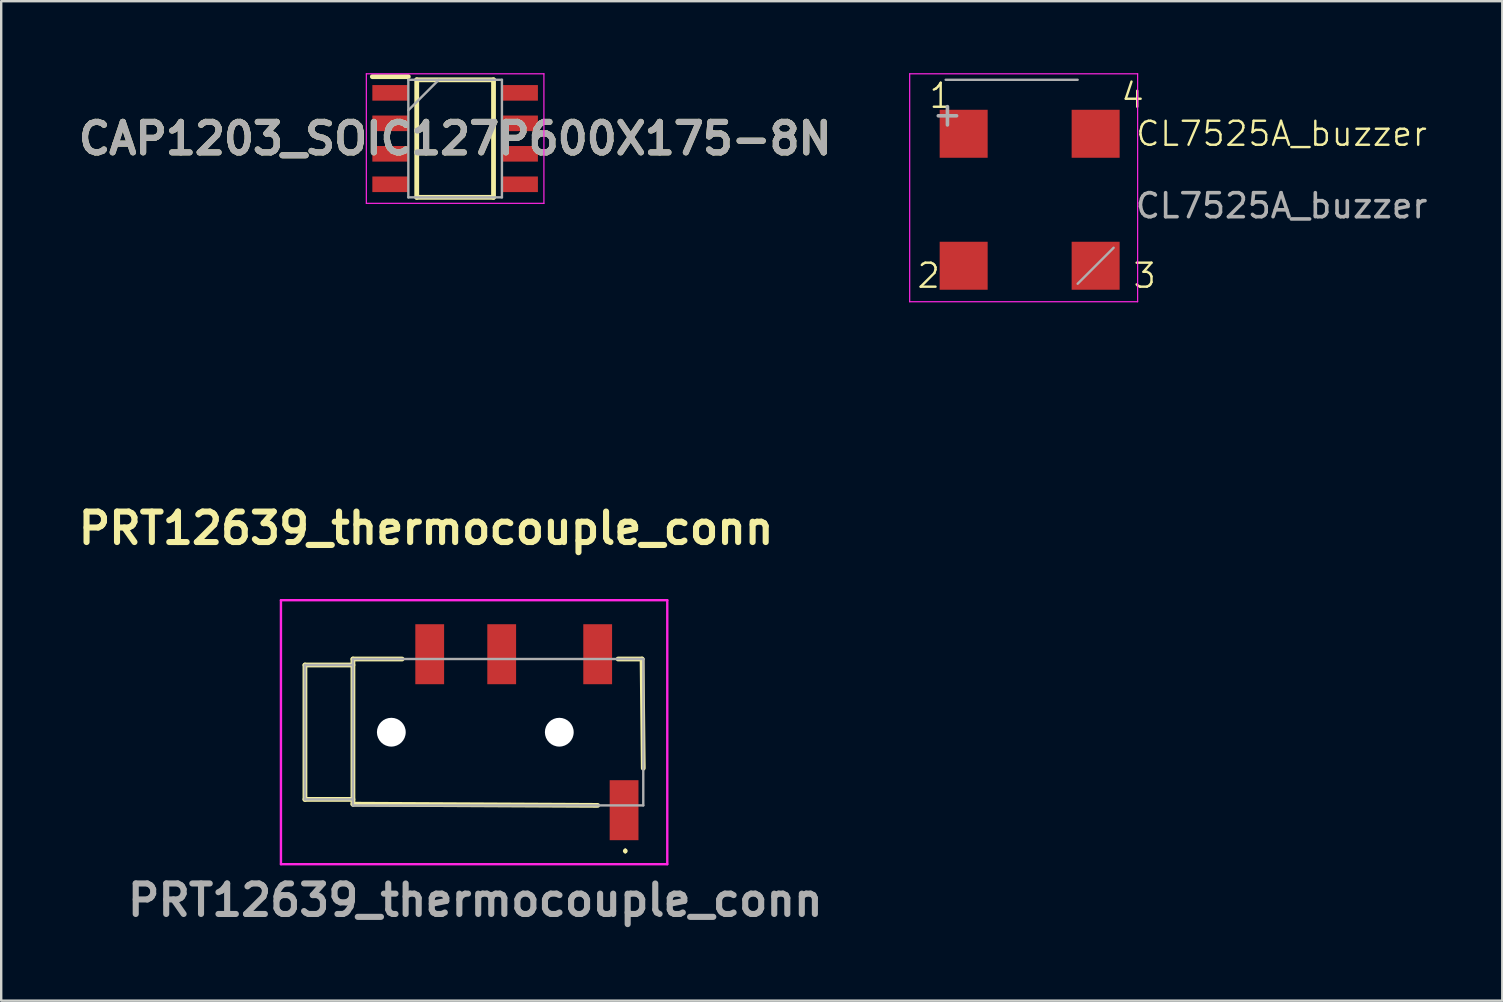
<source format=kicad_pcb>
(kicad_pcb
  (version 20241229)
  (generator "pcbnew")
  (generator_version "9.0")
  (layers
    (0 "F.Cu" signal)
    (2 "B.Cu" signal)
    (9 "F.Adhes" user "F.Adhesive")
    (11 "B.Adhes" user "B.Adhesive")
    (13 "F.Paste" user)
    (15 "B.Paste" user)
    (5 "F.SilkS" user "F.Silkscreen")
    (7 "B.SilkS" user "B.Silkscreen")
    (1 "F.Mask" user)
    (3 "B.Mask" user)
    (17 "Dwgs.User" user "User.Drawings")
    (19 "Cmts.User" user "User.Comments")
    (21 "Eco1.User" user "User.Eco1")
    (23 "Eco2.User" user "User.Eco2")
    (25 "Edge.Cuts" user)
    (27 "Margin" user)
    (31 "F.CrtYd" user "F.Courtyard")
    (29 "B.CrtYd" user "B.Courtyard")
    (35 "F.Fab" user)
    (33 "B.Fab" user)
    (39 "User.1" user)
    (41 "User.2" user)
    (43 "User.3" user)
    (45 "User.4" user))
  (footprint "CAP1203_SOIC127P600X175-8N"
    (layer "F.Cu")
    (at 15.917 2.725)
    (property "Reference" "CAP1203_SOIC127P600X175-8N" (at 0 0 0) (layer "F.SilkS") (effects (font (size 1.27 1.27) (thickness 0.254))))
    (attr smd)
    (fp_line (start -3.45 -2.58) (end -1.95 -2.58) (stroke (width 0.2) (type solid)) (layer "F.SilkS"))
    (fp_line (start -1.6 -2.45) (end 1.6 -2.45) (stroke (width 0.2) (type solid)) (layer "F.SilkS"))
    (fp_line (start -1.6 2.45) (end -1.6 -2.45) (stroke (width 0.2) (type solid)) (layer "F.SilkS"))
    (fp_line (start 1.6 -2.45) (end 1.6 2.45) (stroke (width 0.2) (type solid)) (layer "F.SilkS"))
    (fp_line (start 1.6 2.45) (end -1.6 2.45) (stroke (width 0.2) (type solid)) (layer "F.SilkS"))
    (fp_line (start -3.7 -2.7) (end 3.7 -2.7) (stroke (width 0.05) (type solid)) (layer "F.CrtYd"))
    (fp_line (start -3.7 2.7) (end -3.7 -2.7) (stroke (width 0.05) (type solid)) (layer "F.CrtYd"))
    (fp_line (start 3.7 -2.7) (end 3.7 2.7) (stroke (width 0.05) (type solid)) (layer "F.CrtYd"))
    (fp_line (start 3.7 2.7) (end -3.7 2.7) (stroke (width 0.05) (type solid)) (layer "F.CrtYd"))
    (fp_line (start -1.95 -2.45) (end 1.95 -2.45) (stroke (width 0.1) (type solid)) (layer "F.Fab"))
    (fp_line (start -1.95 -1.18) (end -0.68 -2.45) (stroke (width 0.1) (type solid)) (layer "F.Fab"))
    (fp_line (start -1.95 2.45) (end -1.95 -2.45) (stroke (width 0.1) (type solid)) (layer "F.Fab"))
    (fp_line (start 1.95 -2.45) (end 1.95 2.45) (stroke (width 0.1) (type solid)) (layer "F.Fab"))
    (fp_line (start 1.95 2.45) (end -1.95 2.45) (stroke (width 0.1) (type solid)) (layer "F.Fab"))
    (fp_text user "${REFERENCE}" (at 0 0 0) (layer "F.Fab") (effects (font (size 1.27 1.27) (thickness 0.254))))
    (pad "1" smd rect (at -2.7 -1.905 90) (size 0.65 1.5) (layers "F.Cu" "F.Mask" "F.Paste"))
    (pad "2" smd rect (at -2.7 -0.635 90) (size 0.65 1.5) (layers "F.Cu" "F.Mask" "F.Paste"))
    (pad "3" smd rect (at -2.7 0.635 90) (size 0.65 1.5) (layers "F.Cu" "F.Mask" "F.Paste"))
    (pad "4" smd rect (at -2.7 1.905 90) (size 0.65 1.5) (layers "F.Cu" "F.Mask" "F.Paste"))
    (pad "5" smd rect (at 2.7 1.905 90) (size 0.65 1.5) (layers "F.Cu" "F.Mask" "F.Paste"))
    (pad "6" smd rect (at 2.7 0.635 90) (size 0.65 1.5) (layers "F.Cu" "F.Mask" "F.Paste"))
    (pad "7" smd rect (at 2.7 -0.635 90) (size 0.65 1.5) (layers "F.Cu" "F.Mask" "F.Paste"))
    (pad "8" smd rect (at 2.7 -1.905 90) (size 0.65 1.5) (layers "F.Cu" "F.Mask" "F.Paste")))
  (footprint "PRT12639_thermocouple_conn"
    (layer "F.Cu")
    (at 16.708 27.464)
    (property "Reference" "PRT12639_thermocouple_conn" (at -2 -8.5 0) (layer "F.SilkS") (effects (font (size 1.27 1.27) (thickness 0.254))))
    (attr through_hole)
    (fp_line (start -7.05 -2.8) (end -7.05 2.8) (stroke (width 0.2) (type solid)) (layer "F.SilkS"))
    (fp_line (start -7.05 2.8) (end -5.05 2.8) (stroke (width 0.2) (type solid)) (layer "F.SilkS"))
    (fp_line (start -5.05 -3.05) (end -5.05 3) (stroke (width 0.2) (type solid)) (layer "F.SilkS"))
    (fp_line (start -5.05 -2.8) (end -7.05 -2.8) (stroke (width 0.2) (type solid)) (layer "F.SilkS"))
    (fp_line (start -5.05 3) (end 5.15 3.05) (stroke (width 0.2) (type solid)) (layer "F.SilkS"))
    (fp_line (start -3 -3.05) (end -5.05 -3.05) (stroke (width 0.2) (type solid)) (layer "F.SilkS"))
    (fp_line (start 6 -3.05) (end 7 -3.05) (stroke (width 0.2) (type solid)) (layer "F.SilkS"))
    (fp_line (start 6.3 4.9) (end 6.3 4.9) (stroke (width 0.1) (type solid)) (layer "F.SilkS"))
    (fp_line (start 6.3 5) (end 6.3 5) (stroke (width 0.1) (type solid)) (layer "F.SilkS"))
    (fp_line (start 7 -3.05) (end 7.05 1.5) (stroke (width 0.2) (type solid)) (layer "F.SilkS"))
    (fp_arc (start 6.3 4.9) (mid 6.35 4.95) (end 6.3 5) (stroke (width 0.1) (type solid)) (layer "F.SilkS"))
    (fp_arc (start 6.3 5) (mid 6.25 4.95) (end 6.3 4.9) (stroke (width 0.1) (type solid)) (layer "F.SilkS"))
    (fp_line (start -8.05 -5.5) (end 8.05 -5.5) (stroke (width 0.1) (type solid)) (layer "F.CrtYd"))
    (fp_line (start -8.05 5.5) (end -8.05 -5.5) (stroke (width 0.1) (type solid)) (layer "F.CrtYd"))
    (fp_line (start 8.05 -5.5) (end 8.05 5.5) (stroke (width 0.1) (type solid)) (layer "F.CrtYd"))
    (fp_line (start 8.05 5.5) (end -8.05 5.5) (stroke (width 0.1) (type solid)) (layer "F.CrtYd"))
    (fp_line (start -7.05 -2.8) (end -7.05 2.8) (stroke (width 0.1) (type solid)) (layer "F.Fab"))
    (fp_line (start -7.05 2.8) (end -5.05 2.8) (stroke (width 0.1) (type solid)) (layer "F.Fab"))
    (fp_line (start -5.05 -3.05) (end 7.05 -3.05) (stroke (width 0.1) (type solid)) (layer "F.Fab"))
    (fp_line (start -5.05 -2.8) (end -7.05 -2.8) (stroke (width 0.1) (type solid)) (layer "F.Fab"))
    (fp_line (start -5.05 3.05) (end -5.05 -3.05) (stroke (width 0.1) (type solid)) (layer "F.Fab"))
    (fp_line (start 7.05 -3.05) (end 7.05 3.05) (stroke (width 0.1) (type solid)) (layer "F.Fab"))
    (fp_line (start 7.05 3.05) (end -5.05 3.05) (stroke (width 0.1) (type solid)) (layer "F.Fab"))
    (fp_text user "${REFERENCE}" (at 0.05 7 0) (layer "F.Fab") (effects (font (size 1.27 1.27) (thickness 0.254))))
    (pad "" np_thru_hole circle (at -3.45 0) (size 1.2 1.2) (drill 1.2) (layers "*.Cu" "*.Mask"))
    (pad "" np_thru_hole circle (at 3.55 0) (size 1.2 1.2) (drill 1.2) (layers "*.Cu" "*.Mask"))
    (pad "1" smd rect (at 6.25 3.25) (size 1.2 2.5) (layers "F.Cu" "F.Mask" "F.Paste"))
    (pad "2" smd rect (at 5.15 -3.25) (size 1.2 2.5) (layers "F.Cu" "F.Mask" "F.Paste"))
    (pad "3" smd rect (at 1.15 -3.25) (size 1.2 2.5) (layers "F.Cu" "F.Mask" "F.Paste"))
    (pad "4" smd rect (at -1.85 -3.25) (size 1.2 2.5) (layers "F.Cu" "F.Mask" "F.Paste")))
  (footprint "CL7525A_buzzer"
    (layer "F.Cu")
    (at 40.36 14.525)
    (property "Reference" "CL7525A_buzzer" (at 10 -12 0) (unlocked yes) (layer "F.SilkS") (effects (font (size 1 1) (thickness 0.1))))
    (attr smd)
    (fp_line (start -5.5 -14.5) (end 4 -14.5) (stroke (width 0.05) (type solid)) (layer "F.CrtYd"))
    (fp_line (start -5.5 -5) (end -5.5 -14.5) (stroke (width 0.05) (type solid)) (layer "F.CrtYd"))
    (fp_line (start 4 -14.5) (end 4 -5) (stroke (width 0.05) (type solid)) (layer "F.CrtYd"))
    (fp_line (start 4 -5) (end -5.5 -5) (stroke (width 0.05) (type solid)) (layer "F.CrtYd"))
    (fp_line (start -4 -14.25) (end 1.5 -14.25) (stroke (width 0.1) (type solid)) (layer "F.Fab"))
    (fp_line (start 3 -7.25) (end 1.5 -5.75) (stroke (width 0.1) (type solid)) (layer "F.Fab"))
    (fp_text user "3" (at 3.75 -5.5 0) (unlocked yes) (layer "F.SilkS") (effects (font (size 1 1) (thickness 0.1)) (justify left bottom)))
    (fp_text user "1" (at -4.75 -13 0) (unlocked yes) (layer "F.SilkS") (effects (font (size 1 1) (thickness 0.1)) (justify left bottom)))
    (fp_text user "2" (at -5.25 -5.5 0) (unlocked yes) (layer "F.SilkS") (effects (font (size 1 1) (thickness 0.1)) (justify left bottom)))
    (fp_text user "4" (at 3.25 -13 0) (unlocked yes) (layer "F.SilkS") (effects (font (size 1 1) (thickness 0.1)) (justify left bottom)))
    (fp_text user "+" (at -4 -12.75 270) (layer "F.Fab") (effects (font (size 1 1) (thickness 0.15))))
    (fp_text user "${REFERENCE}" (at 10 -9 0) (unlocked yes) (layer "F.Fab") (effects (font (size 1 1) (thickness 0.15))))
    (pad "1" smd rect (at -3.25 -12 270) (size 2 2) (layers "F.Cu" "F.Mask" "F.Paste"))
    (pad "2" smd rect (at -3.25 -6.5 270) (size 2 2) (layers "F.Cu" "F.Mask" "F.Paste"))
    (pad "3" smd rect (at 2.25 -6.5 270) (size 2 2) (layers "F.Cu" "F.Mask" "F.Paste"))
    (pad "4" smd rect (at 2.25 -12 270) (size 2 2) (layers "F.Cu" "F.Mask" "F.Paste")))
  (gr_rect
    (start -3 -3)
    (end 59.556 38.652)
    (stroke (width 0.1) (type default))
    (fill no)
    (layer "Edge.Cuts")))
</source>
